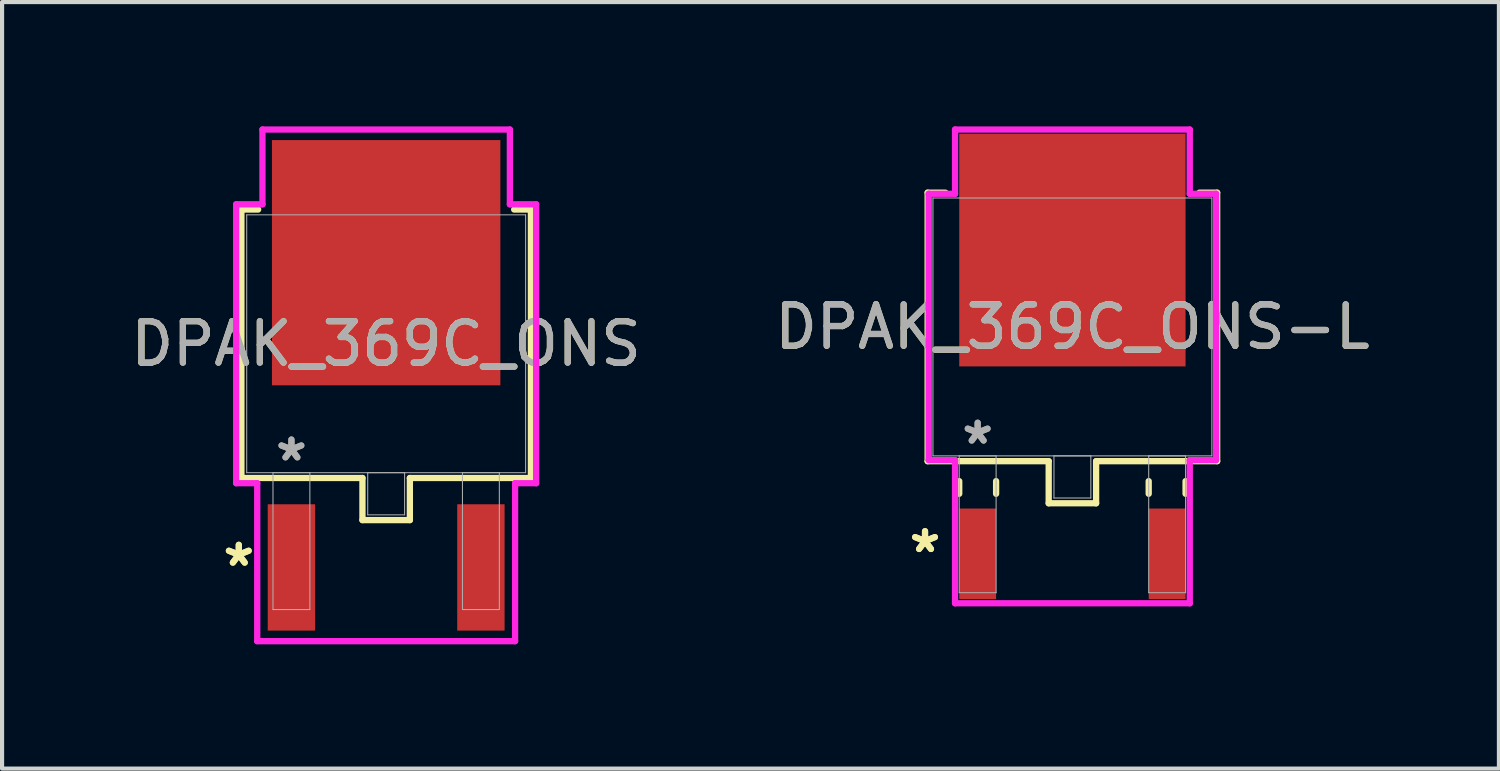
<source format=kicad_pcb>
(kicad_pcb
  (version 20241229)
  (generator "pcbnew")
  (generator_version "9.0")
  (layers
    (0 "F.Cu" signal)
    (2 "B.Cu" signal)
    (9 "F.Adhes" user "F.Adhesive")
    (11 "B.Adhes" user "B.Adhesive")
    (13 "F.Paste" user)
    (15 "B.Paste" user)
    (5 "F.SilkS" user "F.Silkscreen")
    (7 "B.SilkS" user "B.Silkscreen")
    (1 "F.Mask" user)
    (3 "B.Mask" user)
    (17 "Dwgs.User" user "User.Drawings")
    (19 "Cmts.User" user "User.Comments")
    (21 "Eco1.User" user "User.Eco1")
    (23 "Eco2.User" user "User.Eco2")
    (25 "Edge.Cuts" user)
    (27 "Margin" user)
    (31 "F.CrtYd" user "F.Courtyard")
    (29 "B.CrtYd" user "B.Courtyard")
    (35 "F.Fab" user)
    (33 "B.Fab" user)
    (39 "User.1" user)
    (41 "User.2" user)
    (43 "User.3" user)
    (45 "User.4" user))
  (footprint "DPAK_369C_ONS"
    (layer "F.Cu")
    (at 6.268 5.245)
    (property "Reference" "DPAK_369C_ONS" (at 0 0 0) (unlocked yes) (layer "F.SilkS") (effects (font (size 1 1) (thickness 0.15))))
    (attr smd)
    (fp_line (start -3.493 -3.239) (end -3.493 3.239) (stroke (width 0.152) (type solid)) (layer "F.SilkS"))
    (fp_line (start -3.493 3.239) (end -0.572 3.239) (stroke (width 0.152) (type solid)) (layer "F.SilkS"))
    (fp_line (start -3.089 -3.239) (end -3.493 -3.239) (stroke (width 0.152) (type solid)) (layer "F.SilkS"))
    (fp_line (start -0.572 3.239) (end -0.572 4.255) (stroke (width 0.152) (type solid)) (layer "F.SilkS"))
    (fp_line (start -0.572 4.255) (end 0.572 4.255) (stroke (width 0.152) (type solid)) (layer "F.SilkS"))
    (fp_line (start 0.572 3.239) (end 3.493 3.239) (stroke (width 0.152) (type solid)) (layer "F.SilkS"))
    (fp_line (start 0.572 4.255) (end 0.572 3.239) (stroke (width 0.152) (type solid)) (layer "F.SilkS"))
    (fp_line (start 3.493 -3.239) (end 3.089 -3.239) (stroke (width 0.152) (type solid)) (layer "F.SilkS"))
    (fp_line (start 3.493 3.239) (end 3.493 -3.239) (stroke (width 0.152) (type solid)) (layer "F.SilkS"))
    (fp_line (start -3.619 -3.365) (end -2.985 -3.365) (stroke (width 0.152) (type solid)) (layer "F.CrtYd"))
    (fp_line (start -3.619 3.365) (end -3.619 -3.365) (stroke (width 0.152) (type solid)) (layer "F.CrtYd"))
    (fp_line (start -3.111 3.365) (end -3.619 3.365) (stroke (width 0.152) (type solid)) (layer "F.CrtYd"))
    (fp_line (start -3.111 7.176) (end -3.111 3.365) (stroke (width 0.152) (type solid)) (layer "F.CrtYd"))
    (fp_line (start -2.985 -5.169) (end 2.985 -5.169) (stroke (width 0.152) (type solid)) (layer "F.CrtYd"))
    (fp_line (start -2.985 -3.365) (end -2.985 -5.169) (stroke (width 0.152) (type solid)) (layer "F.CrtYd"))
    (fp_line (start 2.985 -5.169) (end 2.985 -3.365) (stroke (width 0.152) (type solid)) (layer "F.CrtYd"))
    (fp_line (start 2.985 -3.365) (end 3.619 -3.365) (stroke (width 0.152) (type solid)) (layer "F.CrtYd"))
    (fp_line (start 3.111 3.365) (end 3.111 7.176) (stroke (width 0.152) (type solid)) (layer "F.CrtYd"))
    (fp_line (start 3.111 7.176) (end -3.111 7.176) (stroke (width 0.152) (type solid)) (layer "F.CrtYd"))
    (fp_line (start 3.619 -3.365) (end 3.619 3.365) (stroke (width 0.152) (type solid)) (layer "F.CrtYd"))
    (fp_line (start 3.619 3.365) (end 3.111 3.365) (stroke (width 0.152) (type solid)) (layer "F.CrtYd"))
    (fp_line (start -3.365 -3.111) (end -3.365 3.111) (stroke (width 0.025) (type solid)) (layer "F.Fab"))
    (fp_line (start -3.365 3.111) (end 3.365 3.111) (stroke (width 0.025) (type solid)) (layer "F.Fab"))
    (fp_line (start -2.731 3.111) (end -2.731 6.413) (stroke (width 0.025) (type solid)) (layer "F.Fab"))
    (fp_line (start -2.731 6.413) (end -1.841 6.413) (stroke (width 0.025) (type solid)) (layer "F.Fab"))
    (fp_line (start -1.841 3.111) (end -2.731 3.111) (stroke (width 0.025) (type solid)) (layer "F.Fab"))
    (fp_line (start -1.841 6.413) (end -1.841 3.111) (stroke (width 0.025) (type solid)) (layer "F.Fab"))
    (fp_line (start -0.445 3.111) (end -0.445 4.128) (stroke (width 0.025) (type solid)) (layer "F.Fab"))
    (fp_line (start -0.445 4.128) (end 0.445 4.128) (stroke (width 0.025) (type solid)) (layer "F.Fab"))
    (fp_line (start 0.445 3.111) (end -0.445 3.111) (stroke (width 0.025) (type solid)) (layer "F.Fab"))
    (fp_line (start 0.445 4.128) (end 0.445 3.111) (stroke (width 0.025) (type solid)) (layer "F.Fab"))
    (fp_line (start 1.841 3.111) (end 1.841 6.413) (stroke (width 0.025) (type solid)) (layer "F.Fab"))
    (fp_line (start 1.841 6.413) (end 2.731 6.413) (stroke (width 0.025) (type solid)) (layer "F.Fab"))
    (fp_line (start 2.731 3.111) (end 1.841 3.111) (stroke (width 0.025) (type solid)) (layer "F.Fab"))
    (fp_line (start 2.731 6.413) (end 2.731 3.111) (stroke (width 0.025) (type solid)) (layer "F.Fab"))
    (fp_line (start 3.365 -3.111) (end -3.365 -3.111) (stroke (width 0.025) (type solid)) (layer "F.Fab"))
    (fp_line (start 3.365 3.111) (end 3.365 -3.111) (stroke (width 0.025) (type solid)) (layer "F.Fab"))
    (fp_text user "*" (at -3.556 5.397 0) (unlocked yes) (layer "F.SilkS") (effects (font (size 1 1) (thickness 0.15))))
    (fp_text user "*" (at -3.556 5.397 0) (layer "F.SilkS") (effects (font (size 1 1) (thickness 0.15))))
    (fp_text user "*" (at -2.286 2.857 0) (layer "F.Fab") (effects (font (size 1 1) (thickness 0.15))))
    (fp_text user "${REFERENCE}" (at 0 0 0) (unlocked yes) (layer "F.Fab") (effects (font (size 1 1) (thickness 0.15))))
    (fp_text user "*" (at -2.286 2.857 0) (unlocked yes) (layer "F.Fab") (effects (font (size 1 1) (thickness 0.15))))
    (pad "1" smd rect (at -2.286 5.397) (size 1.143 3.048) (layers "F.Cu" "F.Mask" "F.Paste"))
    (pad "2" smd rect (at 0 -1.956) (size 5.512 5.918) (layers "F.Cu" "F.Mask" "F.Paste"))
    (pad "3" smd rect (at 2.286 5.397) (size 1.143 3.048) (layers "F.Cu" "F.Mask" "F.Paste")))
  (footprint "DPAK_369C_ONS-L"
    (layer "F.Cu")
    (at 22.827 4.839)
    (property "Reference" "DPAK_369C_ONS-L" (at 0 0 0) (unlocked yes) (layer "F.SilkS") (effects (font (size 1 1) (thickness 0.15))))
    (attr smd)
    (fp_line (start -3.493 -3.239) (end -3.493 3.239) (stroke (width 0.152) (type solid)) (layer "F.SilkS"))
    (fp_line (start -3.493 3.239) (end -0.572 3.239) (stroke (width 0.152) (type solid)) (layer "F.SilkS"))
    (fp_line (start -3.063 -3.239) (end -3.493 -3.239) (stroke (width 0.152) (type solid)) (layer "F.SilkS"))
    (fp_line (start -2.731 3.721) (end -2.731 4.026) (stroke (width 0.152) (type solid)) (layer "F.SilkS"))
    (fp_line (start -1.841 3.721) (end -1.841 4.026) (stroke (width 0.152) (type solid)) (layer "F.SilkS"))
    (fp_line (start -0.572 3.239) (end -0.572 4.255) (stroke (width 0.152) (type solid)) (layer "F.SilkS"))
    (fp_line (start -0.572 4.255) (end 0.572 4.255) (stroke (width 0.152) (type solid)) (layer "F.SilkS"))
    (fp_line (start 0.572 3.239) (end 3.493 3.239) (stroke (width 0.152) (type solid)) (layer "F.SilkS"))
    (fp_line (start 0.572 4.255) (end 0.572 3.239) (stroke (width 0.152) (type solid)) (layer "F.SilkS"))
    (fp_line (start 1.841 3.721) (end 1.841 4.026) (stroke (width 0.152) (type solid)) (layer "F.SilkS"))
    (fp_line (start 2.731 3.721) (end 2.731 4.026) (stroke (width 0.152) (type solid)) (layer "F.SilkS"))
    (fp_line (start 3.493 -3.239) (end 3.063 -3.239) (stroke (width 0.152) (type solid)) (layer "F.SilkS"))
    (fp_line (start 3.493 3.239) (end 3.493 -3.239) (stroke (width 0.152) (type solid)) (layer "F.SilkS"))
    (fp_line (start -3.467 -3.213) (end -2.832 -3.213) (stroke (width 0.152) (type solid)) (layer "F.CrtYd"))
    (fp_line (start -3.467 3.213) (end -3.467 -3.213) (stroke (width 0.152) (type solid)) (layer "F.CrtYd"))
    (fp_line (start -2.832 -4.763) (end 2.832 -4.763) (stroke (width 0.152) (type solid)) (layer "F.CrtYd"))
    (fp_line (start -2.832 -3.213) (end -2.832 -4.763) (stroke (width 0.152) (type solid)) (layer "F.CrtYd"))
    (fp_line (start -2.832 3.213) (end -3.467 3.213) (stroke (width 0.152) (type solid)) (layer "F.CrtYd"))
    (fp_line (start -2.832 6.668) (end -2.832 3.213) (stroke (width 0.152) (type solid)) (layer "F.CrtYd"))
    (fp_line (start 2.832 -4.763) (end 2.832 -3.213) (stroke (width 0.152) (type solid)) (layer "F.CrtYd"))
    (fp_line (start 2.832 -3.213) (end 3.467 -3.213) (stroke (width 0.152) (type solid)) (layer "F.CrtYd"))
    (fp_line (start 2.832 3.213) (end 2.832 6.668) (stroke (width 0.152) (type solid)) (layer "F.CrtYd"))
    (fp_line (start 2.832 6.668) (end -2.832 6.668) (stroke (width 0.152) (type solid)) (layer "F.CrtYd"))
    (fp_line (start 3.467 -3.213) (end 3.467 3.213) (stroke (width 0.152) (type solid)) (layer "F.CrtYd"))
    (fp_line (start 3.467 3.213) (end 2.832 3.213) (stroke (width 0.152) (type solid)) (layer "F.CrtYd"))
    (fp_line (start -3.365 -3.111) (end -3.365 3.111) (stroke (width 0.025) (type solid)) (layer "F.Fab"))
    (fp_line (start -3.365 3.111) (end 3.365 3.111) (stroke (width 0.025) (type solid)) (layer "F.Fab"))
    (fp_line (start -2.731 3.111) (end -2.731 6.413) (stroke (width 0.025) (type solid)) (layer "F.Fab"))
    (fp_line (start -2.731 6.413) (end -1.841 6.413) (stroke (width 0.025) (type solid)) (layer "F.Fab"))
    (fp_line (start -1.841 3.111) (end -2.731 3.111) (stroke (width 0.025) (type solid)) (layer "F.Fab"))
    (fp_line (start -1.841 6.413) (end -1.841 3.111) (stroke (width 0.025) (type solid)) (layer "F.Fab"))
    (fp_line (start -0.445 3.111) (end -0.445 4.128) (stroke (width 0.025) (type solid)) (layer "F.Fab"))
    (fp_line (start -0.445 4.128) (end 0.445 4.128) (stroke (width 0.025) (type solid)) (layer "F.Fab"))
    (fp_line (start 0.445 3.111) (end -0.445 3.111) (stroke (width 0.025) (type solid)) (layer "F.Fab"))
    (fp_line (start 0.445 4.128) (end 0.445 3.111) (stroke (width 0.025) (type solid)) (layer "F.Fab"))
    (fp_line (start 1.841 3.111) (end 1.841 6.413) (stroke (width 0.025) (type solid)) (layer "F.Fab"))
    (fp_line (start 1.841 6.413) (end 2.731 6.413) (stroke (width 0.025) (type solid)) (layer "F.Fab"))
    (fp_line (start 2.731 3.111) (end 1.841 3.111) (stroke (width 0.025) (type solid)) (layer "F.Fab"))
    (fp_line (start 2.731 6.413) (end 2.731 3.111) (stroke (width 0.025) (type solid)) (layer "F.Fab"))
    (fp_line (start 3.365 -3.111) (end -3.365 -3.111) (stroke (width 0.025) (type solid)) (layer "F.Fab"))
    (fp_line (start 3.365 3.111) (end 3.365 -3.111) (stroke (width 0.025) (type solid)) (layer "F.Fab"))
    (fp_text user "*" (at -3.556 5.474 0) (unlocked yes) (layer "F.SilkS") (effects (font (size 1 1) (thickness 0.15))))
    (fp_text user "*" (at -3.556 5.474 0) (layer "F.SilkS") (effects (font (size 1 1) (thickness 0.15))))
    (fp_text user "${REFERENCE}" (at 0 0 0) (unlocked yes) (layer "F.Fab") (effects (font (size 1 1) (thickness 0.15))))
    (fp_text user "*" (at -2.286 2.857 0) (layer "F.Fab") (effects (font (size 1 1) (thickness 0.15))))
    (fp_text user "*" (at -2.286 2.857 0) (unlocked yes) (layer "F.Fab") (effects (font (size 1 1) (thickness 0.15))))
    (pad "1" smd rect (at -2.286 5.474) (size 0.889 2.184) (layers "F.Cu" "F.Mask" "F.Paste"))
    (pad "2" smd rect (at 0 -1.854) (size 5.461 5.613) (layers "F.Cu" "F.Mask" "F.Paste"))
    (pad "3" smd rect (at 2.286 5.474) (size 0.889 2.184) (layers "F.Cu" "F.Mask" "F.Paste")))
  (gr_rect
    (start -3 -3)
    (end 33.119 15.497)
    (stroke (width 0.1) (type default))
    (fill no)
    (layer "Edge.Cuts")))
</source>
